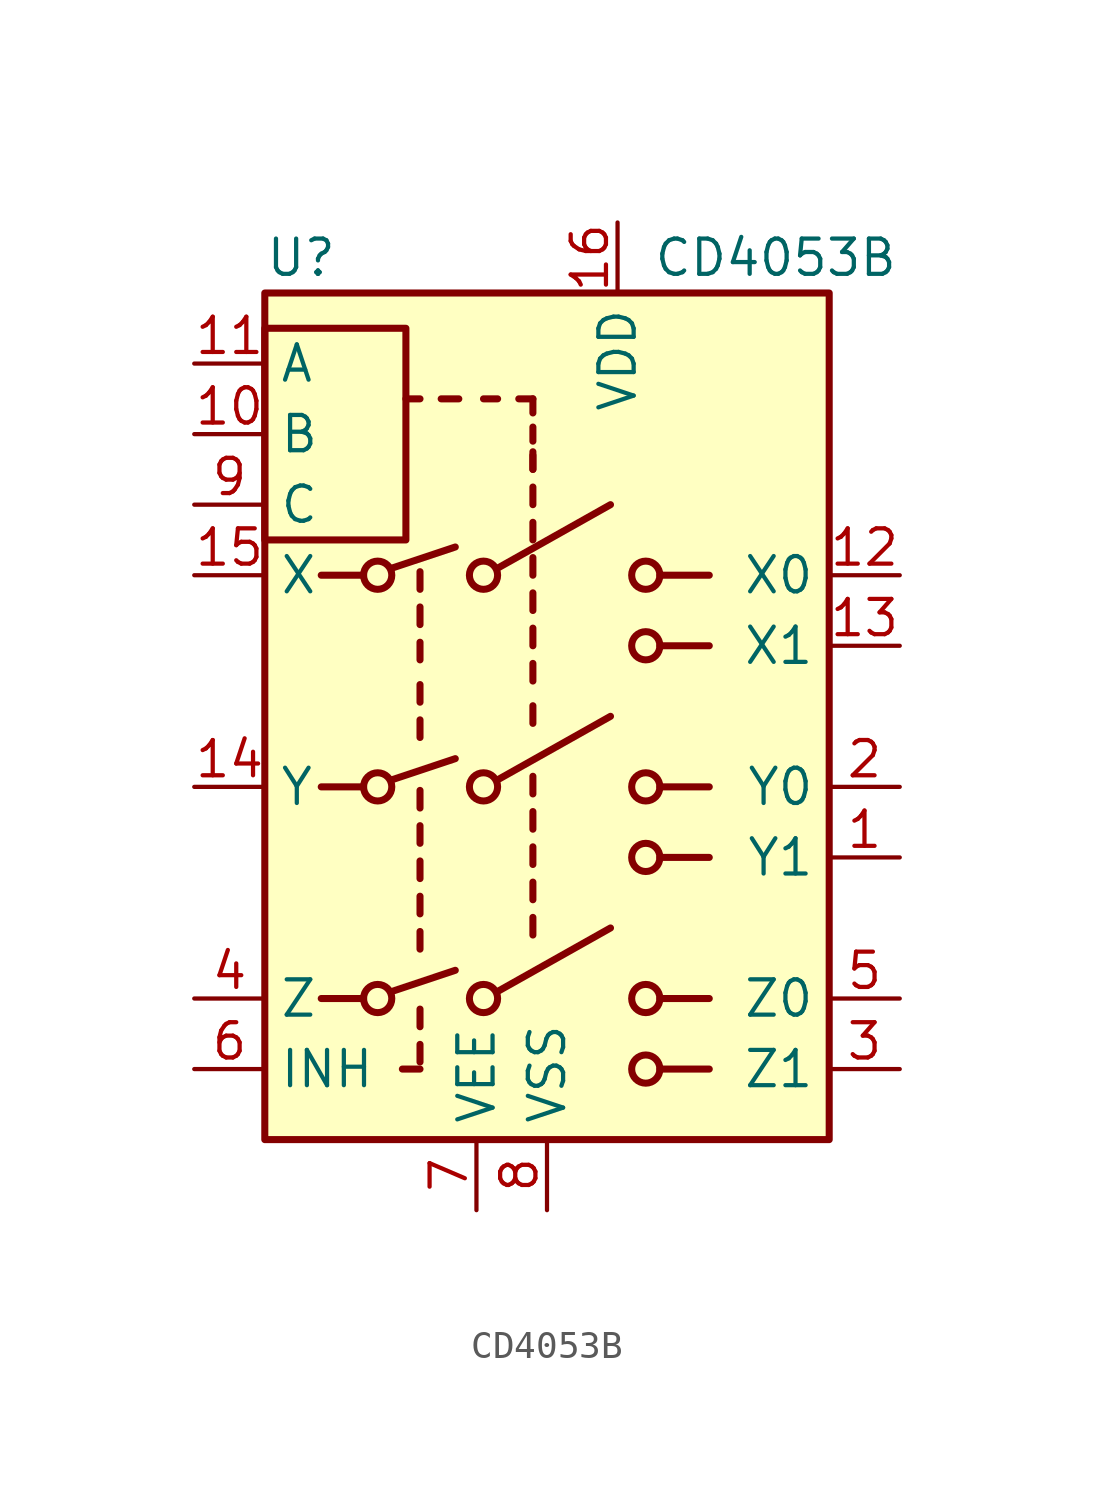
<source format=kicad_sym>
(kicad_symbol_lib
  (version 20211014)
  (generator kicad_symbol_editor)
  (symbol "CD4053B"
    (property "Reference" "U"
      (at -10.16 16.51 0)
      (effects (font (size 1.27 1.27)) (justify left)))
    (property "Value" "CD4053B"
      (at 3.81 16.51 0)
      (effects (font (size 1.27 1.27)) (justify left)))
    (symbol "CD4053B_0_1"
      (rectangle (start -10.16 6.35) (end -5.08 13.97) (stroke (width 0.254) (type default) (color 0 0 0 0)) (fill (type none)))
      (rectangle (start -10.16 15.24) (end 10.16 -15.24) (stroke (width 0.254) (type default) (color 0 0 0 0)) (fill (type background)))
      (circle (center -6.096 -10.16) (radius 0.508) (stroke (width 0.254) (type default) (color 0 0 0 0)) (fill (type none)))
      (circle (center -6.096 -2.54) (radius 0.508) (stroke (width 0.254) (type default) (color 0 0 0 0)) (fill (type none)))
      (circle (center -6.096 5.08) (radius 0.508) (stroke (width 0.254) (type default) (color 0 0 0 0)) (fill (type none)))
      (circle (center -2.286 -10.16) (radius 0.508) (stroke (width 0.254) (type default) (color 0 0 0 0)) (fill (type none)))
      (circle (center -2.286 -2.54) (radius 0.508) (stroke (width 0.254) (type default) (color 0 0 0 0)) (fill (type none)))
      (circle (center -2.286 5.08) (radius 0.508) (stroke (width 0.254) (type default) (color 0 0 0 0)) (fill (type none)))
      (polyline (pts (xy -8.128 -10.16) (xy -6.604 -10.16)) (stroke (width 0.254) (type default) (color 0 0 0 0)) (fill (type none)))
      (polyline (pts (xy -8.128 -2.54) (xy -6.604 -2.54)) (stroke (width 0.254) (type default) (color 0 0 0 0)) (fill (type none)))
      (polyline (pts (xy -8.128 5.08) (xy -6.604 5.08)) (stroke (width 0.254) (type default) (color 0 0 0 0)) (fill (type none)))
      (polyline (pts (xy -5.588 -9.906) (xy -3.302 -9.144)) (stroke (width 0.254) (type default) (color 0 0 0 0)) (fill (type none)))
      (polyline (pts (xy -5.588 -2.286) (xy -3.302 -1.524)) (stroke (width 0.254) (type default) (color 0 0 0 0)) (fill (type none)))
      (polyline (pts (xy -5.588 5.334) (xy -3.302 6.096)) (stroke (width 0.254) (type default) (color 0 0 0 0)) (fill (type none)))
      (polyline (pts (xy -4.572 -12.7) (xy -5.207 -12.7)) (stroke (width 0.254) (type default) (color 0 0 0 0)) (fill (type none)))
      (polyline (pts (xy -4.572 -12.446) (xy -4.572 -11.811)) (stroke (width 0.254) (type default) (color 0 0 0 0)) (fill (type none)))
      (polyline (pts (xy -4.572 -11.176) (xy -4.572 -10.541)) (stroke (width 0.254) (type default) (color 0 0 0 0)) (fill (type none)))
      (polyline (pts (xy -4.572 -8.382) (xy -4.572 -7.747)) (stroke (width 0.254) (type default) (color 0 0 0 0)) (fill (type none)))
      (polyline (pts (xy -4.572 -7.112) (xy -4.572 -6.477)) (stroke (width 0.254) (type default) (color 0 0 0 0)) (fill (type none)))
      (polyline (pts (xy -4.572 -5.842) (xy -4.572 -5.207)) (stroke (width 0.254) (type default) (color 0 0 0 0)) (fill (type none)))
      (polyline (pts (xy -4.572 -4.572) (xy -4.572 -3.937)) (stroke (width 0.254) (type default) (color 0 0 0 0)) (fill (type none)))
      (polyline (pts (xy -4.572 -3.302) (xy -4.572 -2.667)) (stroke (width 0.254) (type default) (color 0 0 0 0)) (fill (type none)))
      (polyline (pts (xy -4.572 -0.762) (xy -4.572 -0.127)) (stroke (width 0.254) (type default) (color 0 0 0 0)) (fill (type none)))
      (polyline (pts (xy -4.572 0.508) (xy -4.572 1.143)) (stroke (width 0.254) (type default) (color 0 0 0 0)) (fill (type none)))
      (polyline (pts (xy -4.572 2.032) (xy -4.572 2.667)) (stroke (width 0.254) (type default) (color 0 0 0 0)) (fill (type none)))
      (polyline (pts (xy -4.572 3.302) (xy -4.572 3.937)) (stroke (width 0.254) (type default) (color 0 0 0 0)) (fill (type none)))
      (polyline (pts (xy -4.572 4.572) (xy -4.572 5.207)) (stroke (width 0.254) (type default) (color 0 0 0 0)) (fill (type none)))
      (polyline (pts (xy -4.572 11.43) (xy -5.08 11.43)) (stroke (width 0.254) (type default) (color 0 0 0 0)) (fill (type none)))
      (polyline (pts (xy -3.81 11.43) (xy -3.175 11.43)) (stroke (width 0.254) (type default) (color 0 0 0 0)) (fill (type none)))
      (polyline (pts (xy -1.778 -9.906) (xy 2.286 -7.62)) (stroke (width 0.254) (type default) (color 0 0 0 0)) (fill (type none)))
      (polyline (pts (xy -1.778 -2.286) (xy 2.286 0)) (stroke (width 0.254) (type default) (color 0 0 0 0)) (fill (type none)))
      (polyline (pts (xy -1.778 5.334) (xy 2.286 7.62)) (stroke (width 0.254) (type default) (color 0 0 0 0)) (fill (type none)))
      (polyline (pts (xy -1.778 11.43) (xy -2.286 11.43)) (stroke (width 0.254) (type default) (color 0 0 0 0)) (fill (type none)))
      (polyline (pts (xy -0.508 -7.874) (xy -0.508 -7.239)) (stroke (width 0.254) (type default) (color 0 0 0 0)) (fill (type none)))
      (polyline (pts (xy -0.508 -6.604) (xy -0.508 -5.969)) (stroke (width 0.254) (type default) (color 0 0 0 0)) (fill (type none)))
      (polyline (pts (xy -0.508 -5.334) (xy -0.508 -4.699)) (stroke (width 0.254) (type default) (color 0 0 0 0)) (fill (type none)))
      (polyline (pts (xy -0.508 -4.064) (xy -0.508 -3.429)) (stroke (width 0.254) (type default) (color 0 0 0 0)) (fill (type none)))
      (polyline (pts (xy -0.508 -2.794) (xy -0.508 -2.159)) (stroke (width 0.254) (type default) (color 0 0 0 0)) (fill (type none)))
      (polyline (pts (xy -0.508 -0.254) (xy -0.508 0.381)) (stroke (width 0.254) (type default) (color 0 0 0 0)) (fill (type none)))
      (polyline (pts (xy -0.508 1.27) (xy -0.508 1.905)) (stroke (width 0.254) (type default) (color 0 0 0 0)) (fill (type none)))
      (polyline (pts (xy -0.508 2.54) (xy -0.508 3.175)) (stroke (width 0.254) (type default) (color 0 0 0 0)) (fill (type none)))
      (polyline (pts (xy -0.508 3.81) (xy -0.508 4.445)) (stroke (width 0.254) (type default) (color 0 0 0 0)) (fill (type none)))
      (polyline (pts (xy -0.508 5.08) (xy -0.508 5.715)) (stroke (width 0.254) (type default) (color 0 0 0 0)) (fill (type none)))
      (polyline (pts (xy -0.508 6.35) (xy -0.508 6.985)) (stroke (width 0.254) (type default) (color 0 0 0 0)) (fill (type none)))
      (polyline (pts (xy -0.508 7.62) (xy -0.508 8.255)) (stroke (width 0.254) (type default) (color 0 0 0 0)) (fill (type none)))
      (polyline (pts (xy -0.508 8.89) (xy -0.508 9.398)) (stroke (width 0.254) (type default) (color 0 0 0 0)) (fill (type none)))
      (polyline (pts (xy -0.508 8.89) (xy -0.508 9.525)) (stroke (width 0.254) (type default) (color 0 0 0 0)) (fill (type none)))
      (polyline (pts (xy -0.508 9.906) (xy -0.508 10.414)) (stroke (width 0.254) (type default) (color 0 0 0 0)) (fill (type none)))
      (polyline (pts (xy -0.508 10.922) (xy -0.508 11.43)) (stroke (width 0.254) (type default) (color 0 0 0 0)) (fill (type none)))
      (polyline (pts (xy -0.508 11.43) (xy -1.016 11.43)) (stroke (width 0.254) (type default) (color 0 0 0 0)) (fill (type none)))
      (polyline (pts (xy 4.064 -12.7) (xy 5.842 -12.7)) (stroke (width 0.254) (type default) (color 0 0 0 0)) (fill (type none)))
      (polyline (pts (xy 4.064 -10.16) (xy 5.842 -10.16)) (stroke (width 0.254) (type default) (color 0 0 0 0)) (fill (type none)))
      (polyline (pts (xy 4.064 -5.08) (xy 5.842 -5.08)) (stroke (width 0.254) (type default) (color 0 0 0 0)) (fill (type none)))
      (polyline (pts (xy 4.064 -2.54) (xy 5.842 -2.54)) (stroke (width 0.254) (type default) (color 0 0 0 0)) (fill (type none)))
      (polyline (pts (xy 4.064 2.54) (xy 5.842 2.54)) (stroke (width 0.254) (type default) (color 0 0 0 0)) (fill (type none)))
      (polyline (pts (xy 4.064 5.08) (xy 5.842 5.08)) (stroke (width 0.254) (type default) (color 0 0 0 0)) (fill (type none)))
      (circle (center 3.556 -12.7) (radius 0.508) (stroke (width 0.254) (type default) (color 0 0 0 0)) (fill (type none)))
      (circle (center 3.556 -10.16) (radius 0.508) (stroke (width 0.254) (type default) (color 0 0 0 0)) (fill (type none)))
      (circle (center 3.556 -5.08) (radius 0.508) (stroke (width 0.254) (type default) (color 0 0 0 0)) (fill (type none)))
      (circle (center 3.556 -2.54) (radius 0.508) (stroke (width 0.254) (type default) (color 0 0 0 0)) (fill (type none)))
      (circle (center 3.556 2.54) (radius 0.508) (stroke (width 0.254) (type default) (color 0 0 0 0)) (fill (type none)))
      (circle (center 3.556 5.08) (radius 0.508) (stroke (width 0.254) (type default) (color 0 0 0 0)) (fill (type none))))
    (symbol "CD4053B_1_1"
      (pin bidirectional line (at 12.7 -5.08 180) (length 2.54) (name "Y1" (effects (font (size 1.27 1.27)))) (number "1" (effects (font (size 1.27 1.27)))))
      (pin input line (at -12.7 10.16 0) (length 2.54) (name "B" (effects (font (size 1.27 1.27)))) (number "10" (effects (font (size 1.27 1.27)))))
      (pin input line (at -12.7 12.7 0) (length 2.54) (name "A" (effects (font (size 1.27 1.27)))) (number "11" (effects (font (size 1.27 1.27)))))
      (pin bidirectional line (at 12.7 5.08 180) (length 2.54) (name "X0" (effects (font (size 1.27 1.27)))) (number "12" (effects (font (size 1.27 1.27)))))
      (pin bidirectional line (at 12.7 2.54 180) (length 2.54) (name "X1" (effects (font (size 1.27 1.27)))) (number "13" (effects (font (size 1.27 1.27)))))
      (pin bidirectional line (at -12.7 -2.54 0) (length 2.54) (name "Y" (effects (font (size 1.27 1.27)))) (number "14" (effects (font (size 1.27 1.27)))))
      (pin bidirectional line (at -12.7 5.08 0) (length 2.54) (name "X" (effects (font (size 1.27 1.27)))) (number "15" (effects (font (size 1.27 1.27)))))
      (pin power_in line (at 2.54 17.78 270) (length 2.54) (name "VDD" (effects (font (size 1.27 1.27)))) (number "16" (effects (font (size 1.27 1.27)))))
      (pin bidirectional line (at 12.7 -2.54 180) (length 2.54) (name "Y0" (effects (font (size 1.27 1.27)))) (number "2" (effects (font (size 1.27 1.27)))))
      (pin bidirectional line (at 12.7 -12.7 180) (length 2.54) (name "Z1" (effects (font (size 1.27 1.27)))) (number "3" (effects (font (size 1.27 1.27)))))
      (pin bidirectional line (at -12.7 -10.16 0) (length 2.54) (name "Z" (effects (font (size 1.27 1.27)))) (number "4" (effects (font (size 1.27 1.27)))))
      (pin bidirectional line (at 12.7 -10.16 180) (length 2.54) (name "Z0" (effects (font (size 1.27 1.27)))) (number "5" (effects (font (size 1.27 1.27)))))
      (pin input line (at -12.7 -12.7 0) (length 2.54) (name "INH" (effects (font (size 1.27 1.27)))) (number "6" (effects (font (size 1.27 1.27)))))
      (pin power_in line (at -2.54 -17.78 90) (length 2.54) (name "VEE" (effects (font (size 1.27 1.27)))) (number "7" (effects (font (size 1.27 1.27)))))
      (pin power_in line (at 0 -17.78 90) (length 2.54) (name "VSS" (effects (font (size 1.27 1.27)))) (number "8" (effects (font (size 1.27 1.27)))))
      (pin input line (at -12.7 7.62 0) (length 2.54) (name "C" (effects (font (size 1.27 1.27)))) (number "9" (effects (font (size 1.27 1.27))))))))
</source>
